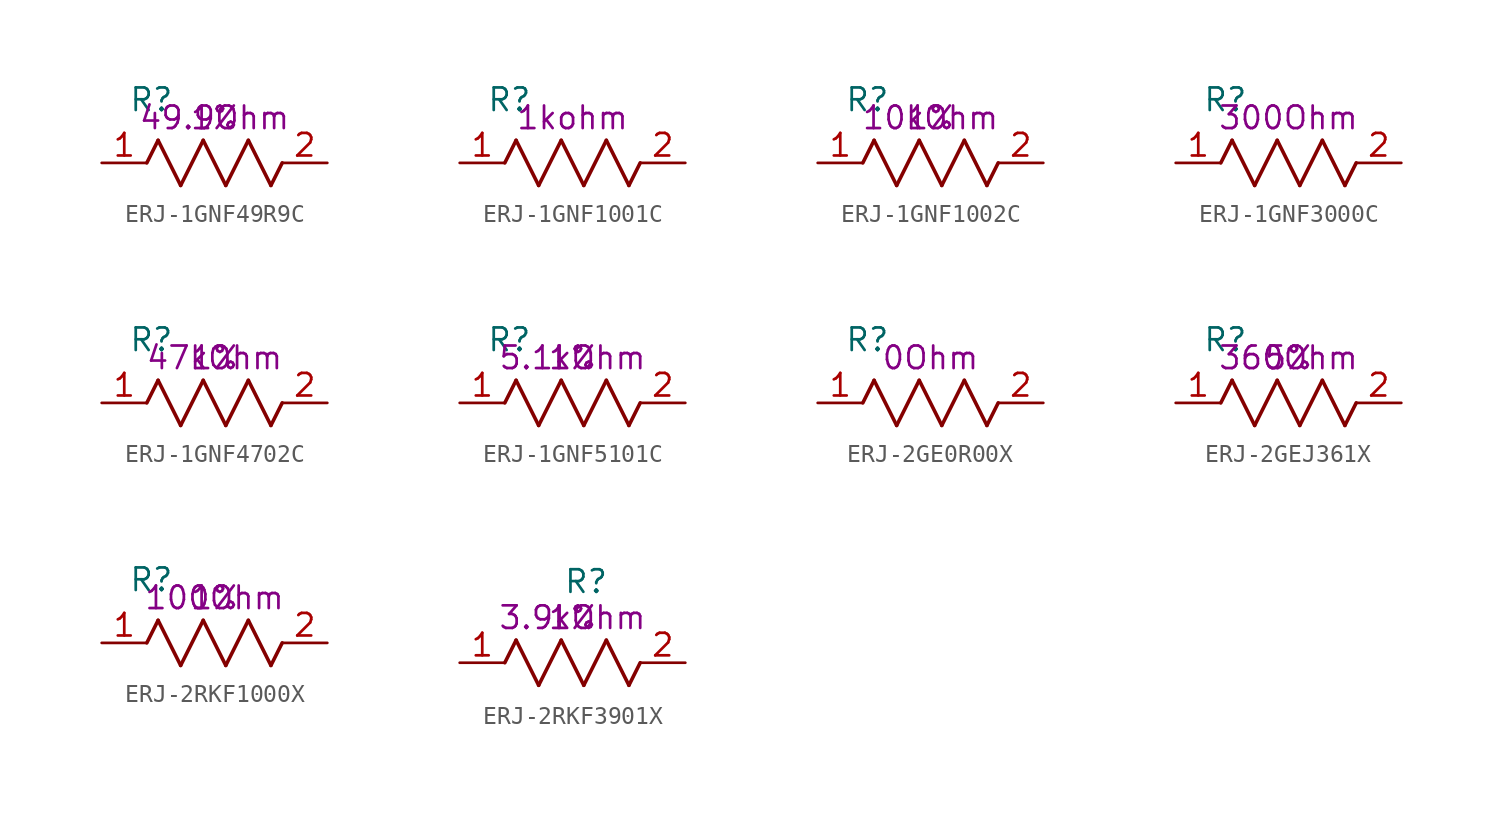
<source format=kicad_sym>
(kicad_symbol_lib
  (version 20241209)
  (generator "kicad_symbol_editor")
  (generator_version "9.0")
  (symbol "ERJ-1GNF49R9C"
    (property "Reference" "R"
      (at -3.556 1.016 0)
      (effects (font (size 1.27 1.27))))
    (property "Acc" "1%"
      (at 0 0 0)
      (effects (font (size 1.27 1.27))))
    (property "R" "49.9Ohm"
      (at 0 0 0)
      (effects (font (size 1.27 1.27))))
    (symbol "ERJ-1GNF49R9C_1_1"
      (polyline (pts (xy -3.81 -2.54) (xy -3.175 -1.27)) (stroke (width 0.203) (type default)) (fill (type none)))
      (polyline (pts (xy -3.175 -1.27) (xy -1.905 -3.81)) (stroke (width 0.203) (type default)) (fill (type none)))
      (polyline (pts (xy -1.905 -3.81) (xy -0.635 -1.27)) (stroke (width 0.203) (type default)) (fill (type none)))
      (polyline (pts (xy -0.635 -1.27) (xy 0.635 -3.81)) (stroke (width 0.203) (type default)) (fill (type none)))
      (polyline (pts (xy 0.635 -3.81) (xy 1.905 -1.27)) (stroke (width 0.203) (type default)) (fill (type none)))
      (polyline (pts (xy 1.905 -1.27) (xy 3.175 -3.81)) (stroke (width 0.203) (type default)) (fill (type none)))
      (polyline (pts (xy 3.175 -3.81) (xy 3.81 -2.54)) (stroke (width 0.203) (type default)) (fill (type none)))
      (pin unspecified line (at -6.35 -2.54 0) (length 2.54) (name "" (effects (font (size 1.27 1.27)))) (number "1" (effects (font (size 1.27 1.27)))))
      (pin unspecified line (at 6.35 -2.54 180) (length 2.54) (name "" (effects (font (size 1.27 1.27)))) (number "2" (effects (font (size 1.27 1.27)))))))
  (symbol "ERJ-1GNF1001C"
    (property "Reference" "R"
      (at -3.556 1.016 0)
      (effects (font (size 1.27 1.27))))
    (property "R" "1kohm"
      (at 0 0 0)
      (effects (font (size 1.27 1.27))))
    (symbol "ERJ-1GNF1001C_1_1"
      (polyline (pts (xy -3.81 -2.54) (xy -3.175 -1.27)) (stroke (width 0.203) (type default)) (fill (type none)))
      (polyline (pts (xy -3.175 -1.27) (xy -1.905 -3.81)) (stroke (width 0.203) (type default)) (fill (type none)))
      (polyline (pts (xy -1.905 -3.81) (xy -0.635 -1.27)) (stroke (width 0.203) (type default)) (fill (type none)))
      (polyline (pts (xy -0.635 -1.27) (xy 0.635 -3.81)) (stroke (width 0.203) (type default)) (fill (type none)))
      (polyline (pts (xy 0.635 -3.81) (xy 1.905 -1.27)) (stroke (width 0.203) (type default)) (fill (type none)))
      (polyline (pts (xy 1.905 -1.27) (xy 3.175 -3.81)) (stroke (width 0.203) (type default)) (fill (type none)))
      (polyline (pts (xy 3.175 -3.81) (xy 3.81 -2.54)) (stroke (width 0.203) (type default)) (fill (type none)))
      (pin unspecified line (at -6.35 -2.54 0) (length 2.54) (name "" (effects (font (size 1.27 1.27)))) (number "1" (effects (font (size 1.27 1.27)))))
      (pin unspecified line (at 6.35 -2.54 180) (length 2.54) (name "" (effects (font (size 1.27 1.27)))) (number "2" (effects (font (size 1.27 1.27)))))))
  (symbol "ERJ-1GNF1002C"
    (property "Reference" "R"
      (at -3.556 1.016 0)
      (effects (font (size 1.27 1.27))))
    (property "Acc" "1%"
      (at 0 0 0)
      (effects (font (size 1.27 1.27))))
    (property "R" "10kOhm"
      (at 0 0 0)
      (effects (font (size 1.27 1.27))))
    (symbol "ERJ-1GNF1002C_1_1"
      (polyline (pts (xy -3.81 -2.54) (xy -3.175 -1.27)) (stroke (width 0.203) (type default)) (fill (type none)))
      (polyline (pts (xy -3.175 -1.27) (xy -1.905 -3.81)) (stroke (width 0.203) (type default)) (fill (type none)))
      (polyline (pts (xy -1.905 -3.81) (xy -0.635 -1.27)) (stroke (width 0.203) (type default)) (fill (type none)))
      (polyline (pts (xy -0.635 -1.27) (xy 0.635 -3.81)) (stroke (width 0.203) (type default)) (fill (type none)))
      (polyline (pts (xy 0.635 -3.81) (xy 1.905 -1.27)) (stroke (width 0.203) (type default)) (fill (type none)))
      (polyline (pts (xy 1.905 -1.27) (xy 3.175 -3.81)) (stroke (width 0.203) (type default)) (fill (type none)))
      (polyline (pts (xy 3.175 -3.81) (xy 3.81 -2.54)) (stroke (width 0.203) (type default)) (fill (type none)))
      (pin unspecified line (at -6.35 -2.54 0) (length 2.54) (name "" (effects (font (size 1.27 1.27)))) (number "1" (effects (font (size 1.27 1.27)))))
      (pin unspecified line (at 6.35 -2.54 180) (length 2.54) (name "" (effects (font (size 1.27 1.27)))) (number "2" (effects (font (size 1.27 1.27)))))))
  (symbol "ERJ-1GNF3000C"
    (property "Reference" "R"
      (at -3.556 1.016 0)
      (effects (font (size 1.27 1.27))))
    (property "R" "300Ohm"
      (at 0 0 0)
      (effects (font (size 1.27 1.27))))
    (symbol "ERJ-1GNF3000C_1_1"
      (polyline (pts (xy -3.81 -2.54) (xy -3.175 -1.27)) (stroke (width 0.203) (type default)) (fill (type none)))
      (polyline (pts (xy -3.175 -1.27) (xy -1.905 -3.81)) (stroke (width 0.203) (type default)) (fill (type none)))
      (polyline (pts (xy -1.905 -3.81) (xy -0.635 -1.27)) (stroke (width 0.203) (type default)) (fill (type none)))
      (polyline (pts (xy -0.635 -1.27) (xy 0.635 -3.81)) (stroke (width 0.203) (type default)) (fill (type none)))
      (polyline (pts (xy 0.635 -3.81) (xy 1.905 -1.27)) (stroke (width 0.203) (type default)) (fill (type none)))
      (polyline (pts (xy 1.905 -1.27) (xy 3.175 -3.81)) (stroke (width 0.203) (type default)) (fill (type none)))
      (polyline (pts (xy 3.175 -3.81) (xy 3.81 -2.54)) (stroke (width 0.203) (type default)) (fill (type none)))
      (pin unspecified line (at -6.35 -2.54 0) (length 2.54) (name "" (effects (font (size 1.27 1.27)))) (number "1" (effects (font (size 1.27 1.27)))))
      (pin unspecified line (at 6.35 -2.54 180) (length 2.54) (name "" (effects (font (size 1.27 1.27)))) (number "2" (effects (font (size 1.27 1.27)))))))
  (symbol "ERJ-1GNF4702C"
    (property "Reference" "R"
      (at -3.556 1.016 0)
      (effects (font (size 1.27 1.27))))
    (property "R" "47kOhm"
      (at 0 0 0)
      (effects (font (size 1.27 1.27))))
    (property "Acc" "1%"
      (at 0 0 0)
      (effects (font (size 1.27 1.27))))
    (symbol "ERJ-1GNF4702C_1_1"
      (polyline (pts (xy -3.81 -2.54) (xy -3.175 -1.27)) (stroke (width 0.203) (type default)) (fill (type none)))
      (polyline (pts (xy -3.175 -1.27) (xy -1.905 -3.81)) (stroke (width 0.203) (type default)) (fill (type none)))
      (polyline (pts (xy -1.905 -3.81) (xy -0.635 -1.27)) (stroke (width 0.203) (type default)) (fill (type none)))
      (polyline (pts (xy -0.635 -1.27) (xy 0.635 -3.81)) (stroke (width 0.203) (type default)) (fill (type none)))
      (polyline (pts (xy 0.635 -3.81) (xy 1.905 -1.27)) (stroke (width 0.203) (type default)) (fill (type none)))
      (polyline (pts (xy 1.905 -1.27) (xy 3.175 -3.81)) (stroke (width 0.203) (type default)) (fill (type none)))
      (polyline (pts (xy 3.175 -3.81) (xy 3.81 -2.54)) (stroke (width 0.203) (type default)) (fill (type none)))
      (pin unspecified line (at -6.35 -2.54 0) (length 2.54) (name "" (effects (font (size 1.27 1.27)))) (number "1" (effects (font (size 1.27 1.27)))))
      (pin unspecified line (at 6.35 -2.54 180) (length 2.54) (name "" (effects (font (size 1.27 1.27)))) (number "2" (effects (font (size 1.27 1.27)))))))
  (symbol "ERJ-1GNF5101C"
    (property "Reference" "R"
      (at -3.556 1.016 0)
      (effects (font (size 1.27 1.27))))
    (property "R" "5.1kOhm"
      (at 0 0 0)
      (effects (font (size 1.27 1.27))))
    (property "Acc" "1%"
      (at 0 0 0)
      (effects (font (size 1.27 1.27))))
    (symbol "ERJ-1GNF5101C_1_1"
      (polyline (pts (xy -3.81 -2.54) (xy -3.175 -1.27)) (stroke (width 0.203) (type default)) (fill (type none)))
      (polyline (pts (xy -3.175 -1.27) (xy -1.905 -3.81)) (stroke (width 0.203) (type default)) (fill (type none)))
      (polyline (pts (xy -1.905 -3.81) (xy -0.635 -1.27)) (stroke (width 0.203) (type default)) (fill (type none)))
      (polyline (pts (xy -0.635 -1.27) (xy 0.635 -3.81)) (stroke (width 0.203) (type default)) (fill (type none)))
      (polyline (pts (xy 0.635 -3.81) (xy 1.905 -1.27)) (stroke (width 0.203) (type default)) (fill (type none)))
      (polyline (pts (xy 1.905 -1.27) (xy 3.175 -3.81)) (stroke (width 0.203) (type default)) (fill (type none)))
      (polyline (pts (xy 3.175 -3.81) (xy 3.81 -2.54)) (stroke (width 0.203) (type default)) (fill (type none)))
      (pin unspecified line (at -6.35 -2.54 0) (length 2.54) (name "" (effects (font (size 1.27 1.27)))) (number "1" (effects (font (size 1.27 1.27)))))
      (pin unspecified line (at 6.35 -2.54 180) (length 2.54) (name "" (effects (font (size 1.27 1.27)))) (number "2" (effects (font (size 1.27 1.27)))))))
  (symbol "ERJ-2GE0R00X"
    (property "Reference" "R"
      (at -3.556 1.016 0)
      (effects (font (size 1.27 1.27))))
    (property "R" "0Ohm"
      (at 0 0 0)
      (effects (font (size 1.27 1.27))))
    (symbol "ERJ-2GE0R00X_1_1"
      (polyline (pts (xy -3.81 -2.54) (xy -3.175 -1.27)) (stroke (width 0.203) (type default)) (fill (type none)))
      (polyline (pts (xy -3.175 -1.27) (xy -1.905 -3.81)) (stroke (width 0.203) (type default)) (fill (type none)))
      (polyline (pts (xy -1.905 -3.81) (xy -0.635 -1.27)) (stroke (width 0.203) (type default)) (fill (type none)))
      (polyline (pts (xy -0.635 -1.27) (xy 0.635 -3.81)) (stroke (width 0.203) (type default)) (fill (type none)))
      (polyline (pts (xy 0.635 -3.81) (xy 1.905 -1.27)) (stroke (width 0.203) (type default)) (fill (type none)))
      (polyline (pts (xy 1.905 -1.27) (xy 3.175 -3.81)) (stroke (width 0.203) (type default)) (fill (type none)))
      (polyline (pts (xy 3.175 -3.81) (xy 3.81 -2.54)) (stroke (width 0.203) (type default)) (fill (type none)))
      (pin unspecified line (at -6.35 -2.54 0) (length 2.54) (name "" (effects (font (size 1.27 1.27)))) (number "1" (effects (font (size 1.27 1.27)))))
      (pin unspecified line (at 6.35 -2.54 180) (length 2.54) (name "" (effects (font (size 1.27 1.27)))) (number "2" (effects (font (size 1.27 1.27)))))))
  (symbol "ERJ-2GEJ361X"
    (property "Reference" "R"
      (at -3.556 1.016 0)
      (effects (font (size 1.27 1.27))))
    (property "R" "360Ohm"
      (at 0 0 0)
      (effects (font (size 1.27 1.27))))
    (property "Acc" "5%"
      (at 0 0 0)
      (effects (font (size 1.27 1.27))))
    (symbol "ERJ-2GEJ361X_1_1"
      (polyline (pts (xy -3.81 -2.54) (xy -3.175 -1.27)) (stroke (width 0.203) (type default)) (fill (type none)))
      (polyline (pts (xy -3.175 -1.27) (xy -1.905 -3.81)) (stroke (width 0.203) (type default)) (fill (type none)))
      (polyline (pts (xy -1.905 -3.81) (xy -0.635 -1.27)) (stroke (width 0.203) (type default)) (fill (type none)))
      (polyline (pts (xy -0.635 -1.27) (xy 0.635 -3.81)) (stroke (width 0.203) (type default)) (fill (type none)))
      (polyline (pts (xy 0.635 -3.81) (xy 1.905 -1.27)) (stroke (width 0.203) (type default)) (fill (type none)))
      (polyline (pts (xy 1.905 -1.27) (xy 3.175 -3.81)) (stroke (width 0.203) (type default)) (fill (type none)))
      (polyline (pts (xy 3.175 -3.81) (xy 3.81 -2.54)) (stroke (width 0.203) (type default)) (fill (type none)))
      (pin unspecified line (at -6.35 -2.54 0) (length 2.54) (name "" (effects (font (size 1.27 1.27)))) (number "1" (effects (font (size 1.27 1.27)))))
      (pin unspecified line (at 6.35 -2.54 180) (length 2.54) (name "" (effects (font (size 1.27 1.27)))) (number "2" (effects (font (size 1.27 1.27)))))))
  (symbol "ERJ-2RKF1000X"
    (property "Reference" "R"
      (at -3.556 1.016 0)
      (effects (font (size 1.27 1.27))))
    (property "R" "100Ohm"
      (at 0 0 0)
      (effects (font (size 1.27 1.27))))
    (property "Acc" "1%"
      (at 0 0 0)
      (effects (font (size 1.27 1.27))))
    (symbol "ERJ-2RKF1000X_1_1"
      (polyline (pts (xy -3.81 -2.54) (xy -3.175 -1.27)) (stroke (width 0.203) (type default)) (fill (type none)))
      (polyline (pts (xy -3.175 -1.27) (xy -1.905 -3.81)) (stroke (width 0.203) (type default)) (fill (type none)))
      (polyline (pts (xy -1.905 -3.81) (xy -0.635 -1.27)) (stroke (width 0.203) (type default)) (fill (type none)))
      (polyline (pts (xy -0.635 -1.27) (xy 0.635 -3.81)) (stroke (width 0.203) (type default)) (fill (type none)))
      (polyline (pts (xy 0.635 -3.81) (xy 1.905 -1.27)) (stroke (width 0.203) (type default)) (fill (type none)))
      (polyline (pts (xy 1.905 -1.27) (xy 3.175 -3.81)) (stroke (width 0.203) (type default)) (fill (type none)))
      (polyline (pts (xy 3.175 -3.81) (xy 3.81 -2.54)) (stroke (width 0.203) (type default)) (fill (type none)))
      (pin unspecified line (at -6.35 -2.54 0) (length 2.54) (name "" (effects (font (size 1.27 1.27)))) (number "1" (effects (font (size 1.27 1.27)))))
      (pin unspecified line (at 6.35 -2.54 180) (length 2.54) (name "" (effects (font (size 1.27 1.27)))) (number "2" (effects (font (size 1.27 1.27)))))))
  (symbol "ERJ-2RKF3901X"
    (property "Reference" "R"
      (at 0.762 2.032 0)
      (effects (font (size 1.27 1.27))))
    (property "Acc" "1%"
      (at 0 0 0)
      (effects (font (size 1.27 1.27))))
    (property "R" "3.9kOhm"
      (at 0 0 0)
      (effects (font (size 1.27 1.27))))
    (symbol "ERJ-2RKF3901X_1_1"
      (polyline (pts (xy -3.81 -2.54) (xy -3.175 -1.27)) (stroke (width 0.203) (type default)) (fill (type none)))
      (polyline (pts (xy -3.175 -1.27) (xy -1.905 -3.81)) (stroke (width 0.203) (type default)) (fill (type none)))
      (polyline (pts (xy -1.905 -3.81) (xy -0.635 -1.27)) (stroke (width 0.203) (type default)) (fill (type none)))
      (polyline (pts (xy -0.635 -1.27) (xy 0.635 -3.81)) (stroke (width 0.203) (type default)) (fill (type none)))
      (polyline (pts (xy 0.635 -3.81) (xy 1.905 -1.27)) (stroke (width 0.203) (type default)) (fill (type none)))
      (polyline (pts (xy 1.905 -1.27) (xy 3.175 -3.81)) (stroke (width 0.203) (type default)) (fill (type none)))
      (polyline (pts (xy 3.175 -3.81) (xy 3.81 -2.54)) (stroke (width 0.203) (type default)) (fill (type none)))
      (pin unspecified line (at -6.35 -2.54 0) (length 2.54) (name "" (effects (font (size 1.27 1.27)))) (number "1" (effects (font (size 1.27 1.27)))))
      (pin unspecified line (at 6.35 -2.54 180) (length 2.54) (name "" (effects (font (size 1.27 1.27)))) (number "2" (effects (font (size 1.27 1.27))))))))
</source>
